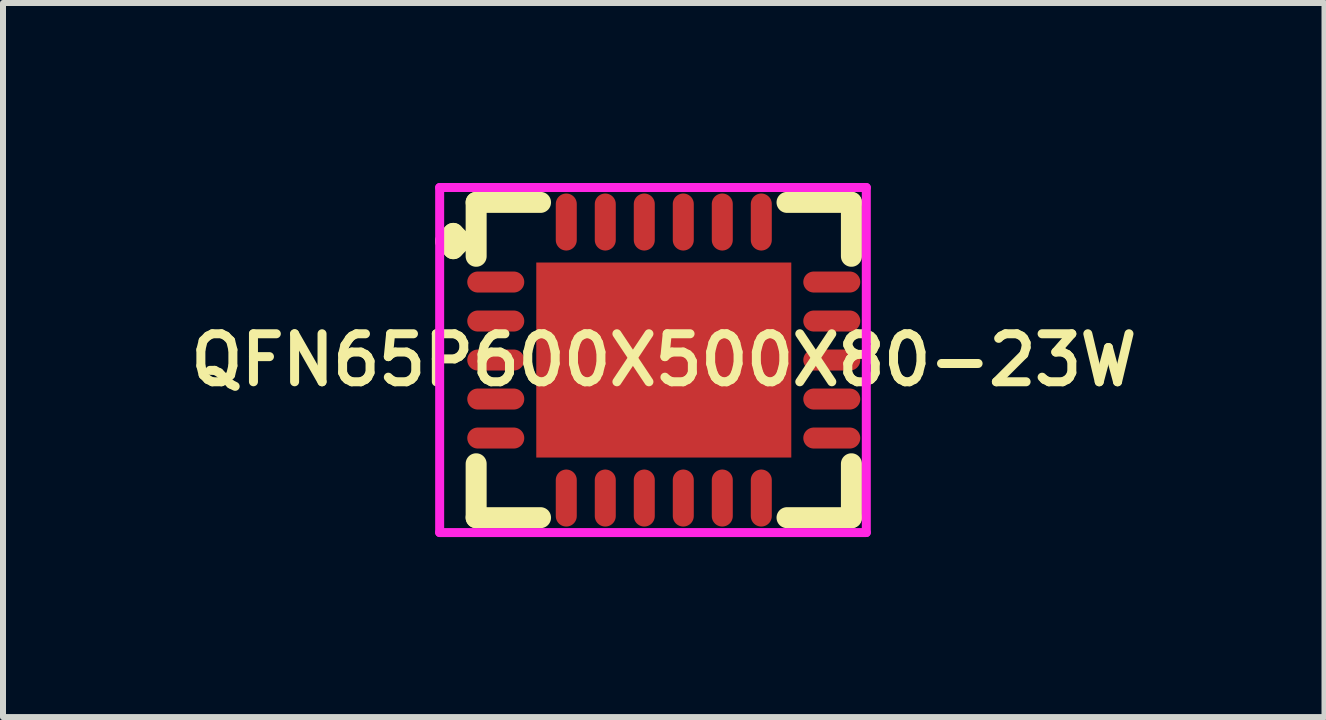
<source format=kicad_pcb>
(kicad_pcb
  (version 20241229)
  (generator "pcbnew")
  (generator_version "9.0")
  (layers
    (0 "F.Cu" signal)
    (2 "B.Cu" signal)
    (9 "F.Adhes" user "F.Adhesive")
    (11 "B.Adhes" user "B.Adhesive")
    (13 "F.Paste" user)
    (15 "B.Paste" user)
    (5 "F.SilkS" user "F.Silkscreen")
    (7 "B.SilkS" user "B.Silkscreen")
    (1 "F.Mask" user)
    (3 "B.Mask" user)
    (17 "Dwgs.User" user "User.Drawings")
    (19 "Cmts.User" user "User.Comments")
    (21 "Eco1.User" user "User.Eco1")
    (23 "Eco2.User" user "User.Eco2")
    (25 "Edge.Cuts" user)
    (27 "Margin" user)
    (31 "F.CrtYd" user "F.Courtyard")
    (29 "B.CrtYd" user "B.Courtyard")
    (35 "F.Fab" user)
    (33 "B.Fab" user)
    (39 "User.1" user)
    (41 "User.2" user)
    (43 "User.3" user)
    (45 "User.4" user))
  (footprint "QFN65P600X500X80-23W"
    (layer "F.Cu")
    (at 8.012 2.95)
    (property "Reference" "QFN65P600X500X80-23W" (at 0 0 0) (layer "F.SilkS") (effects (font (size 0.8 0.8) (thickness 0.15))))
    (attr smd)
    (fp_line (start -3.635 -1.983) (end -3.508 -2.11) (stroke (width 0.35) (type solid)) (layer "F.SilkS"))
    (fp_line (start -3.508 -2.11) (end -3.381 -1.983) (stroke (width 0.35) (type solid)) (layer "F.SilkS"))
    (fp_line (start -3.508 -1.856) (end -3.635 -1.983) (stroke (width 0.35) (type solid)) (layer "F.SilkS"))
    (fp_line (start -3.381 -1.983) (end -3.508 -1.856) (stroke (width 0.35) (type solid)) (layer "F.SilkS"))
    (fp_line (start -3.127 -2.627) (end -2.054 -2.627) (stroke (width 0.35) (type solid)) (layer "F.SilkS"))
    (fp_line (start -3.127 -1.729) (end -3.127 -2.627) (stroke (width 0.35) (type solid)) (layer "F.SilkS"))
    (fp_line (start -3.127 1.729) (end -3.127 2.627) (stroke (width 0.35) (type solid)) (layer "F.SilkS"))
    (fp_line (start -3.127 2.627) (end -2.054 2.627) (stroke (width 0.35) (type solid)) (layer "F.SilkS"))
    (fp_line (start 2.054 -2.627) (end 3.127 -2.627) (stroke (width 0.35) (type solid)) (layer "F.SilkS"))
    (fp_line (start 2.054 2.627) (end 3.127 2.627) (stroke (width 0.35) (type solid)) (layer "F.SilkS"))
    (fp_line (start 3.127 -2.627) (end 3.127 -1.729) (stroke (width 0.35) (type solid)) (layer "F.SilkS"))
    (fp_line (start 3.127 2.627) (end 3.127 1.729) (stroke (width 0.35) (type solid)) (layer "F.SilkS"))
    (fp_line (start -3.735 -2.875) (end 3.375 -2.875) (stroke (width 0.15) (type solid)) (layer "F.CrtYd"))
    (fp_line (start -3.735 2.875) (end -3.735 -2.875) (stroke (width 0.15) (type solid)) (layer "F.CrtYd"))
    (fp_line (start 3.375 -2.875) (end 3.375 2.875) (stroke (width 0.15) (type solid)) (layer "F.CrtYd"))
    (fp_line (start 3.375 2.875) (end -3.735 2.875) (stroke (width 0.15) (type solid)) (layer "F.CrtYd"))
    (pad "1" smd oval (at -2.8 -1.3) (size 0.95 0.35) (layers "F.Cu" "F.Mask" "F.Paste"))
    (pad "2" smd oval (at -2.8 -0.65) (size 0.95 0.35) (layers "F.Cu" "F.Mask" "F.Paste"))
    (pad "3" smd oval (at -2.8 0) (size 0.95 0.35) (layers "F.Cu" "F.Mask" "F.Paste"))
    (pad "4" smd oval (at -2.8 0.65) (size 0.95 0.35) (layers "F.Cu" "F.Mask" "F.Paste"))
    (pad "5" smd oval (at -2.8 1.3) (size 0.95 0.35) (layers "F.Cu" "F.Mask" "F.Paste"))
    (pad "6" smd oval (at -1.625 2.3) (size 0.35 0.95) (layers "F.Cu" "F.Mask" "F.Paste"))
    (pad "7" smd oval (at -0.975 2.3) (size 0.35 0.95) (layers "F.Cu" "F.Mask" "F.Paste"))
    (pad "8" smd oval (at -0.325 2.3) (size 0.35 0.95) (layers "F.Cu" "F.Mask" "F.Paste"))
    (pad "9" smd oval (at 0.325 2.3) (size 0.35 0.95) (layers "F.Cu" "F.Mask" "F.Paste"))
    (pad "10" smd oval (at 0.975 2.3) (size 0.35 0.95) (layers "F.Cu" "F.Mask" "F.Paste"))
    (pad "11" smd oval (at 1.625 2.3) (size 0.35 0.95) (layers "F.Cu" "F.Mask" "F.Paste"))
    (pad "12" smd oval (at 2.8 1.3) (size 0.95 0.35) (layers "F.Cu" "F.Mask" "F.Paste"))
    (pad "13" smd oval (at 2.8 0.65) (size 0.95 0.35) (layers "F.Cu" "F.Mask" "F.Paste"))
    (pad "14" smd oval (at 2.8 0) (size 0.95 0.35) (layers "F.Cu" "F.Mask" "F.Paste"))
    (pad "15" smd oval (at 2.8 -0.65) (size 0.95 0.35) (layers "F.Cu" "F.Mask" "F.Paste"))
    (pad "16" smd oval (at 2.8 -1.3) (size 0.95 0.35) (layers "F.Cu" "F.Mask" "F.Paste"))
    (pad "17" smd oval (at 1.625 -2.3) (size 0.35 0.95) (layers "F.Cu" "F.Mask" "F.Paste"))
    (pad "18" smd oval (at 0.975 -2.3) (size 0.35 0.95) (layers "F.Cu" "F.Mask" "F.Paste"))
    (pad "19" smd oval (at 0.325 -2.3) (size 0.35 0.95) (layers "F.Cu" "F.Mask" "F.Paste"))
    (pad "20" smd oval (at -0.325 -2.3) (size 0.35 0.95) (layers "F.Cu" "F.Mask" "F.Paste"))
    (pad "21" smd oval (at -0.975 -2.3) (size 0.35 0.95) (layers "F.Cu" "F.Mask" "F.Paste"))
    (pad "22" smd oval (at -1.625 -2.3) (size 0.35 0.95) (layers "F.Cu" "F.Mask" "F.Paste"))
    (pad "23" smd rect (at 0 0) (size 4.25 3.25) (layers "F.Cu" "F.Mask" "F.Paste")))
  (gr_rect
    (start -3 -3)
    (end 19.023 8.9)
    (stroke (width 0.1) (type default))
    (fill no)
    (layer "Edge.Cuts")))
</source>
